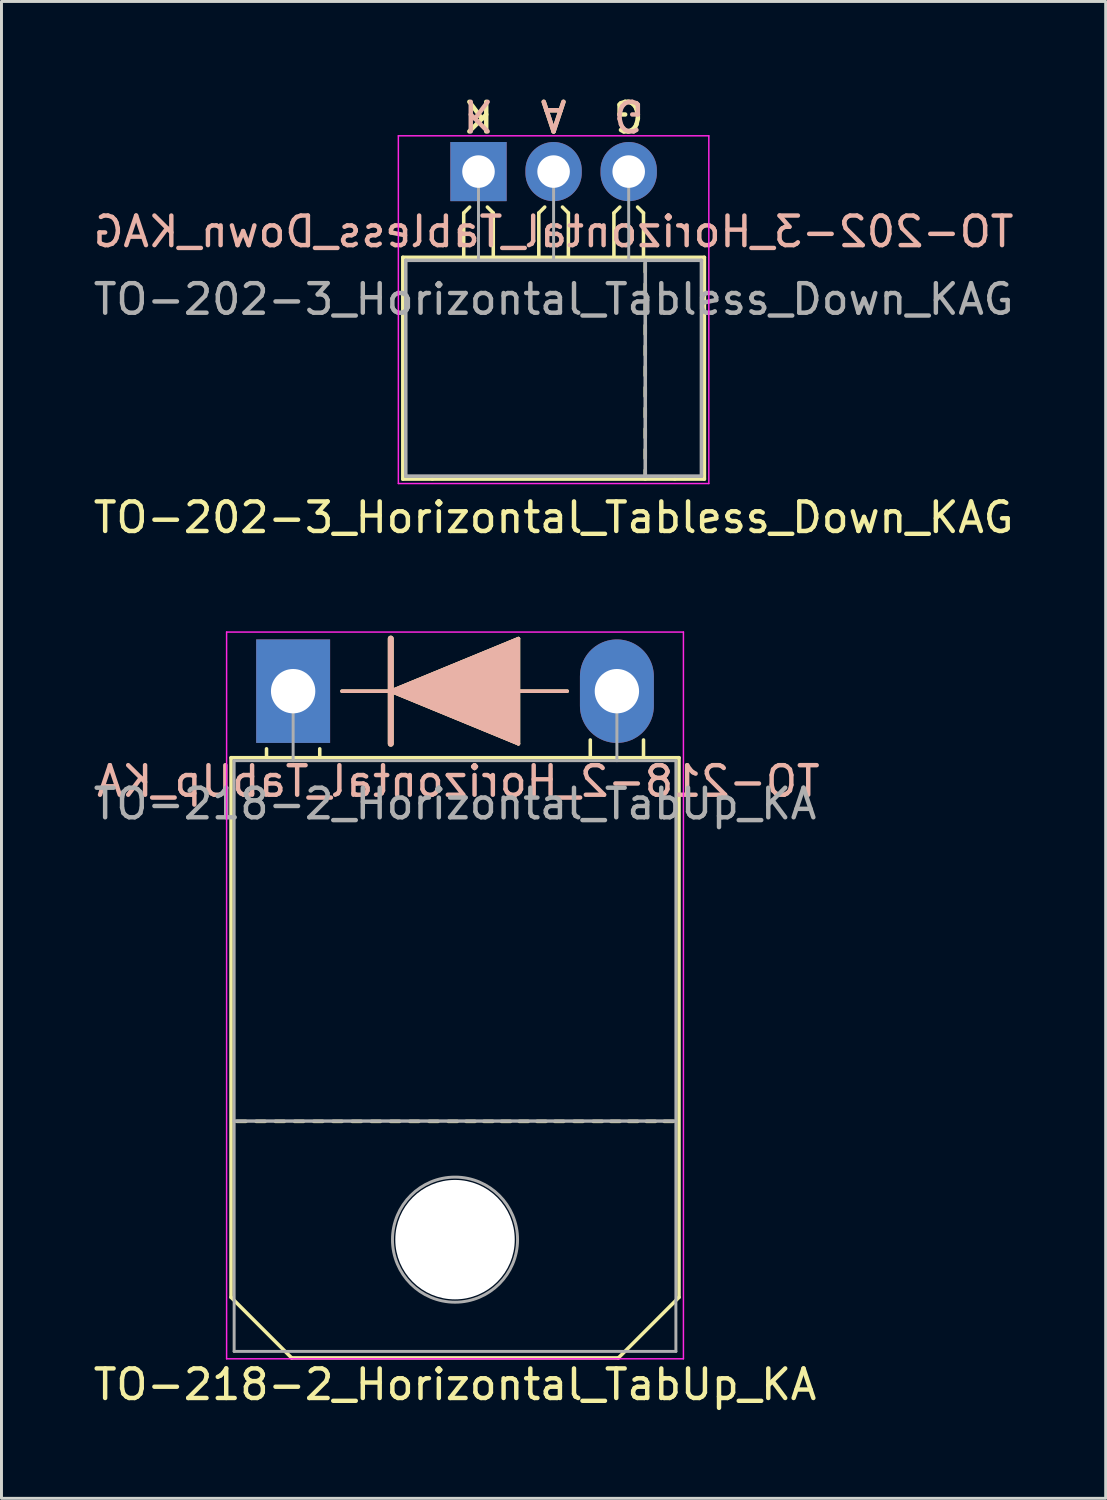
<source format=kicad_pcb>
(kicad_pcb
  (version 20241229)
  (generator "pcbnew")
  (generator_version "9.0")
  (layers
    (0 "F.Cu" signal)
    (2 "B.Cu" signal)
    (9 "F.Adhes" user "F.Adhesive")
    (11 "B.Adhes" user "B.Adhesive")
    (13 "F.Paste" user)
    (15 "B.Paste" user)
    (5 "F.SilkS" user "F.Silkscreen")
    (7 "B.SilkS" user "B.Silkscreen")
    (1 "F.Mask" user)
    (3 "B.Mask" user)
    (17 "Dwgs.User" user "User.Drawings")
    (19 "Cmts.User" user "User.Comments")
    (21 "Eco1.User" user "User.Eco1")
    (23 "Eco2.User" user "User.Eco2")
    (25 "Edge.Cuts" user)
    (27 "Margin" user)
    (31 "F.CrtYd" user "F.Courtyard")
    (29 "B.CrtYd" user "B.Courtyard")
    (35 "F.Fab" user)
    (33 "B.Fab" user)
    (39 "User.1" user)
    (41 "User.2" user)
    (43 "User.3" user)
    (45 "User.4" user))
  (footprint "TO-218-2_Horizontal_TabUp_KA"
    (layer "F.Cu")
    (at 6.864 20.326)
    (property "Reference" "TO-218-2_Horizontal_TabUp_KA" (at 5.475 23.45 0) (layer "F.SilkS") (effects (font (size 1 1) (thickness 0.15))))
    (fp_line (start -2.1 2.25) (end 13.05 2.25) (stroke (width 0.12) (type solid)) (layer "F.SilkS"))
    (fp_line (start -2.1 20.5) (end -2.1 2.25) (stroke (width 0.12) (type solid)) (layer "F.SilkS"))
    (fp_line (start -2.1 20.5) (end -0.05 22.55) (stroke (width 0.12) (type solid)) (layer "F.SilkS"))
    (fp_line (start -1.6 14.55) (end -1.9 14.55) (stroke (width 0.12) (type solid)) (layer "F.SilkS"))
    (fp_line (start -0.95 14.55) (end -1.25 14.55) (stroke (width 0.12) (type solid)) (layer "F.SilkS"))
    (fp_line (start -0.9 2.2) (end -0.9 1.95) (stroke (width 0.12) (type solid)) (layer "F.SilkS"))
    (fp_line (start -0.3 14.55) (end -0.6 14.55) (stroke (width 0.12) (type solid)) (layer "F.SilkS"))
    (fp_line (start 0.35 14.55) (end 0.05 14.55) (stroke (width 0.12) (type solid)) (layer "F.SilkS"))
    (fp_line (start 0.9 2.2) (end 0.9 1.95) (stroke (width 0.12) (type solid)) (layer "F.SilkS"))
    (fp_line (start 1 14.55) (end 0.7 14.55) (stroke (width 0.12) (type solid)) (layer "F.SilkS"))
    (fp_line (start 1.65 14.55) (end 1.35 14.55) (stroke (width 0.12) (type solid)) (layer "F.SilkS"))
    (fp_line (start 1.651 0) (end 3.302 0) (stroke (width 0.12) (type solid)) (layer "F.SilkS"))
    (fp_line (start 2.3 14.55) (end 2 14.55) (stroke (width 0.12) (type solid)) (layer "F.SilkS"))
    (fp_line (start 2.95 14.55) (end 2.65 14.55) (stroke (width 0.12) (type solid)) (layer "F.SilkS"))
    (fp_line (start 3.302 0) (end 3.302 -1.778) (stroke (width 0.2) (type solid)) (layer "F.SilkS"))
    (fp_line (start 3.302 0) (end 7.62 -1.778) (stroke (width 0.12) (type solid)) (layer "F.SilkS"))
    (fp_line (start 3.302 1.778) (end 3.302 0) (stroke (width 0.2) (type solid)) (layer "F.SilkS"))
    (fp_line (start 3.6 14.55) (end 3.3 14.55) (stroke (width 0.12) (type solid)) (layer "F.SilkS"))
    (fp_line (start 4.25 14.55) (end 3.95 14.55) (stroke (width 0.12) (type solid)) (layer "F.SilkS"))
    (fp_line (start 4.9 14.55) (end 4.6 14.55) (stroke (width 0.12) (type solid)) (layer "F.SilkS"))
    (fp_line (start 5.55 14.55) (end 5.25 14.55) (stroke (width 0.12) (type solid)) (layer "F.SilkS"))
    (fp_line (start 6.15 14.55) (end 5.85 14.55) (stroke (width 0.12) (type solid)) (layer "F.SilkS"))
    (fp_line (start 6.75 14.55) (end 6.45 14.55) (stroke (width 0.12) (type solid)) (layer "F.SilkS"))
    (fp_line (start 7.35 14.55) (end 7.05 14.55) (stroke (width 0.12) (type solid)) (layer "F.SilkS"))
    (fp_line (start 7.62 -1.778) (end 7.62 1.778) (stroke (width 0.12) (type solid)) (layer "F.SilkS"))
    (fp_line (start 7.62 0) (end 9.271 0) (stroke (width 0.12) (type solid)) (layer "F.SilkS"))
    (fp_line (start 7.62 1.778) (end 3.302 0) (stroke (width 0.12) (type solid)) (layer "F.SilkS"))
    (fp_line (start 7.95 14.55) (end 7.65 14.55) (stroke (width 0.12) (type solid)) (layer "F.SilkS"))
    (fp_line (start 8.55 14.55) (end 8.25 14.55) (stroke (width 0.12) (type solid)) (layer "F.SilkS"))
    (fp_line (start 9.15 14.55) (end 8.85 14.55) (stroke (width 0.12) (type solid)) (layer "F.SilkS"))
    (fp_line (start 9.8 14.55) (end 9.5 14.55) (stroke (width 0.12) (type solid)) (layer "F.SilkS"))
    (fp_line (start 10.05 2.2) (end 10.05 1.65) (stroke (width 0.12) (type solid)) (layer "F.SilkS"))
    (fp_line (start 10.45 14.55) (end 10.15 14.55) (stroke (width 0.12) (type solid)) (layer "F.SilkS"))
    (fp_line (start 11 22.55) (end -0.05 22.55) (stroke (width 0.12) (type solid)) (layer "F.SilkS"))
    (fp_line (start 11.05 14.55) (end 10.75 14.55) (stroke (width 0.12) (type solid)) (layer "F.SilkS"))
    (fp_line (start 11.65 14.55) (end 11.35 14.55) (stroke (width 0.12) (type solid)) (layer "F.SilkS"))
    (fp_line (start 11.85 2.2) (end 11.85 1.65) (stroke (width 0.12) (type solid)) (layer "F.SilkS"))
    (fp_line (start 12.25 14.55) (end 11.95 14.55) (stroke (width 0.12) (type solid)) (layer "F.SilkS"))
    (fp_line (start 12.85 14.55) (end 12.55 14.55) (stroke (width 0.12) (type solid)) (layer "F.SilkS"))
    (fp_line (start 13.05 2.25) (end 13.05 20.5) (stroke (width 0.12) (type solid)) (layer "F.SilkS"))
    (fp_line (start 13.05 20.5) (end 11 22.55) (stroke (width 0.12) (type solid)) (layer "F.SilkS"))
    (fp_poly (pts (xy 7.62 1.778) (xy 3.302 0) (xy 7.62 -1.778)) (stroke (width 0.1) (type solid)) (fill yes) (layer "F.SilkS"))
    (fp_line (start 1.651 0) (end 3.302 0) (stroke (width 0.12) (type solid)) (layer "B.SilkS"))
    (fp_line (start 3.302 -1.778) (end 3.302 0) (stroke (width 0.2) (type solid)) (layer "B.SilkS"))
    (fp_line (start 3.302 0) (end 3.302 1.778) (stroke (width 0.2) (type solid)) (layer "B.SilkS"))
    (fp_line (start 3.302 0) (end 7.62 1.778) (stroke (width 0.12) (type solid)) (layer "B.SilkS"))
    (fp_line (start 7.62 -1.778) (end 3.302 0) (stroke (width 0.12) (type solid)) (layer "B.SilkS"))
    (fp_line (start 7.62 0) (end 9.271 0) (stroke (width 0.12) (type solid)) (layer "B.SilkS"))
    (fp_line (start 7.62 1.778) (end 7.62 -1.778) (stroke (width 0.12) (type solid)) (layer "B.SilkS"))
    (fp_poly (pts (xy 7.62 -1.778) (xy 3.302 0) (xy 7.62 1.778)) (stroke (width 0.1) (type solid)) (fill yes) (layer "B.SilkS"))
    (fp_line (start -2.25 -2) (end -2.25 22.58) (stroke (width 0.05) (type solid)) (layer "F.CrtYd"))
    (fp_line (start -2.25 22.58) (end 13.2 22.58) (stroke (width 0.05) (type solid)) (layer "F.CrtYd"))
    (fp_line (start 13.2 -2) (end -2.25 -2) (stroke (width 0.05) (type solid)) (layer "F.CrtYd"))
    (fp_line (start 13.2 22.58) (end 13.2 -2) (stroke (width 0.05) (type solid)) (layer "F.CrtYd"))
    (fp_line (start -1.995 2.35) (end -1.995 14.54) (stroke (width 0.1) (type solid)) (layer "F.Fab"))
    (fp_line (start -1.995 14.54) (end -1.995 22.33) (stroke (width 0.1) (type solid)) (layer "F.Fab"))
    (fp_line (start -1.995 14.54) (end 12.945 14.54) (stroke (width 0.1) (type solid)) (layer "F.Fab"))
    (fp_line (start -1.995 22.33) (end 12.945 22.33) (stroke (width 0.1) (type solid)) (layer "F.Fab"))
    (fp_line (start 0 2.35) (end 0 0) (stroke (width 0.1) (type solid)) (layer "F.Fab"))
    (fp_line (start 10.95 2.35) (end 10.95 0) (stroke (width 0.1) (type solid)) (layer "F.Fab"))
    (fp_line (start 12.945 2.35) (end -1.995 2.35) (stroke (width 0.1) (type solid)) (layer "F.Fab"))
    (fp_line (start 12.945 14.54) (end -1.995 14.54) (stroke (width 0.1) (type solid)) (layer "F.Fab"))
    (fp_line (start 12.945 14.54) (end 12.945 2.35) (stroke (width 0.1) (type solid)) (layer "F.Fab"))
    (fp_line (start 12.945 22.33) (end 12.945 14.54) (stroke (width 0.1) (type solid)) (layer "F.Fab"))
    (fp_circle (center 5.475 18.55) (end 7.59 18.55) (stroke (width 0.1) (type solid)) (fill no) (layer "F.Fab"))
    (fp_text user "${REFERENCE}" (at 5.588 3.048 0) (layer "B.SilkS") (effects (font (size 1 1) (thickness 0.15)) (justify mirror)))
    (fp_text user "${REFERENCE}" (at 5.475 3.81 0) (layer "F.Fab") (effects (font (size 1 1) (thickness 0.15))))
    (pad "" np_thru_hole oval (at 5.475 18.55) (size 4.04 4.04) (drill 4.04) (layers "*.Cu" "*.Mask"))
    (pad "1" thru_hole rect (at 0 0) (size 2.5 3.5) (drill 1.5) (layers "*.Cu" "*.Mask"))
    (pad "2" thru_hole oval (at 10.95 0) (size 2.5 3.5) (drill 1.5) (layers "*.Cu" "*.Mask")))
  (footprint "TO-202-3_Horizontal_Tabless_Down_KAG"
    (layer "F.Cu")
    (at 13.133 2.753)
    (property "Reference" "TO-202-3_Horizontal_Tabless_Down_KAG" (at 2.54 11.7 180) (layer "F.SilkS") (effects (font (size 1 1) (thickness 0.15))))
    (fp_line (start -2.56 2.9) (end 7.64 2.9) (stroke (width 0.12) (type solid)) (layer "F.SilkS"))
    (fp_line (start -2.56 10.4) (end -2.56 2.9) (stroke (width 0.12) (type solid)) (layer "F.SilkS"))
    (fp_line (start -1.56 10.4) (end -2.56 10.4) (stroke (width 0.12) (type solid)) (layer "F.SilkS"))
    (fp_line (start -0.5 1.4) (end -0.3 1.2) (stroke (width 0.12) (type solid)) (layer "F.SilkS"))
    (fp_line (start -0.5 2.9) (end -0.5 1.4) (stroke (width 0.12) (type solid)) (layer "F.SilkS"))
    (fp_line (start 0.5 1.4) (end 0.3 1.2) (stroke (width 0.12) (type solid)) (layer "F.SilkS"))
    (fp_line (start 0.5 2.9) (end 0.5 1.4) (stroke (width 0.12) (type solid)) (layer "F.SilkS"))
    (fp_line (start 2.04 1.4) (end 2.24 1.2) (stroke (width 0.12) (type solid)) (layer "F.SilkS"))
    (fp_line (start 2.04 2.9) (end 2.04 1.4) (stroke (width 0.12) (type solid)) (layer "F.SilkS"))
    (fp_line (start 3.04 1.4) (end 2.84 1.2) (stroke (width 0.12) (type solid)) (layer "F.SilkS"))
    (fp_line (start 3.04 2.9) (end 3.04 1.4) (stroke (width 0.12) (type solid)) (layer "F.SilkS"))
    (fp_line (start 4.58 1.4) (end 4.78 1.2) (stroke (width 0.12) (type solid)) (layer "F.SilkS"))
    (fp_line (start 4.58 2.9) (end 4.58 1.4) (stroke (width 0.12) (type solid)) (layer "F.SilkS"))
    (fp_line (start 5.58 1.4) (end 5.38 1.2) (stroke (width 0.12) (type solid)) (layer "F.SilkS"))
    (fp_line (start 5.58 2.9) (end 5.58 1.4) (stroke (width 0.12) (type solid)) (layer "F.SilkS"))
    (fp_line (start 5.64 3.4) (end 5.64 3.1) (stroke (width 0.12) (type solid)) (layer "F.SilkS"))
    (fp_line (start 5.64 4.1) (end 5.64 3.8) (stroke (width 0.12) (type solid)) (layer "F.SilkS"))
    (fp_line (start 5.64 4.8) (end 5.64 4.5) (stroke (width 0.12) (type solid)) (layer "F.SilkS"))
    (fp_line (start 5.64 5.5) (end 5.64 5.2) (stroke (width 0.12) (type solid)) (layer "F.SilkS"))
    (fp_line (start 5.64 6.2) (end 5.64 5.9) (stroke (width 0.12) (type solid)) (layer "F.SilkS"))
    (fp_line (start 5.64 6.9) (end 5.64 6.6) (stroke (width 0.12) (type solid)) (layer "F.SilkS"))
    (fp_line (start 5.64 7.6) (end 5.64 7.3) (stroke (width 0.12) (type solid)) (layer "F.SilkS"))
    (fp_line (start 5.64 8.3) (end 5.64 8) (stroke (width 0.12) (type solid)) (layer "F.SilkS"))
    (fp_line (start 5.64 9) (end 5.64 8.7) (stroke (width 0.12) (type solid)) (layer "F.SilkS"))
    (fp_line (start 5.64 9.7) (end 5.64 9.4) (stroke (width 0.12) (type solid)) (layer "F.SilkS"))
    (fp_line (start 5.64 10.4) (end 5.64 10.1) (stroke (width 0.12) (type solid)) (layer "F.SilkS"))
    (fp_line (start 6.64 10.4) (end -1.56 10.4) (stroke (width 0.12) (type solid)) (layer "F.SilkS"))
    (fp_line (start 7.64 2.9) (end 7.64 10.4) (stroke (width 0.12) (type solid)) (layer "F.SilkS"))
    (fp_line (start 7.64 10.4) (end 6.64 10.4) (stroke (width 0.12) (type solid)) (layer "F.SilkS"))
    (fp_line (start -2.71 -1.21) (end -2.71 10.55) (stroke (width 0.05) (type solid)) (layer "F.CrtYd"))
    (fp_line (start -2.71 10.55) (end 7.79 10.55) (stroke (width 0.05) (type solid)) (layer "F.CrtYd"))
    (fp_line (start 7.79 -1.21) (end -2.71 -1.21) (stroke (width 0.05) (type solid)) (layer "F.CrtYd"))
    (fp_line (start 7.79 10.55) (end 7.79 -1.21) (stroke (width 0.05) (type solid)) (layer "F.CrtYd"))
    (fp_line (start -2.46 3) (end -2.46 10.3) (stroke (width 0.12) (type solid)) (layer "F.Fab"))
    (fp_line (start -2.46 10.3) (end 7.54 10.3) (stroke (width 0.12) (type solid)) (layer "F.Fab"))
    (fp_line (start 0 0) (end 0 3) (stroke (width 0.1) (type solid)) (layer "F.Fab"))
    (fp_line (start 2.54 0) (end 2.54 3) (stroke (width 0.1) (type solid)) (layer "F.Fab"))
    (fp_line (start 5.08 0) (end 5.08 3) (stroke (width 0.1) (type solid)) (layer "F.Fab"))
    (fp_line (start 5.64 3) (end 5.64 10.3) (stroke (width 0.12) (type solid)) (layer "F.Fab"))
    (fp_line (start 7.54 3) (end -2.46 3) (stroke (width 0.12) (type solid)) (layer "F.Fab"))
    (fp_line (start 7.54 10.3) (end 7.54 3) (stroke (width 0.12) (type solid)) (layer "F.Fab"))
    (fp_text user "K" (at 0 -1.905 180) (unlocked yes) (layer "F.SilkS") (effects (font (size 1 1) (thickness 0.15))))
    (fp_text user "G" (at 5.08 -1.905 180) (unlocked yes) (layer "F.SilkS") (effects (font (size 1 1) (thickness 0.15))))
    (fp_text user "A" (at 2.54 -1.905 180) (unlocked yes) (layer "F.SilkS") (effects (font (size 1 1) (thickness 0.15))))
    (fp_text user "${REFERENCE}" (at 2.54 2.032 0) (layer "B.SilkS") (effects (font (size 1 1) (thickness 0.15)) (justify mirror)))
    (fp_text user "A" (at 2.54 -1.905 180) (unlocked yes) (layer "B.SilkS") (effects (font (size 1 1) (thickness 0.15)) (justify mirror)))
    (fp_text user "K" (at 0 -1.905 180) (unlocked yes) (layer "B.SilkS") (effects (font (size 1 1) (thickness 0.15)) (justify mirror)))
    (fp_text user "G" (at 5.08 -1.905 180) (unlocked yes) (layer "B.SilkS") (effects (font (size 1 1) (thickness 0.15)) (justify mirror)))
    (fp_text user "${REFERENCE}" (at 2.54 4.318 180) (layer "F.Fab") (effects (font (size 1 1) (thickness 0.15))))
    (pad "1" thru_hole rect (at 0 0) (size 1.905 2) (drill 1.1) (layers "*.Cu" "*.Mask"))
    (pad "2" thru_hole oval (at 2.54 0) (size 1.905 2) (drill 1.1) (layers "*.Cu" "*.Mask"))
    (pad "3" thru_hole oval (at 5.08 0) (size 1.905 2) (drill 1.1) (layers "*.Cu" "*.Mask")))
  (gr_rect
    (start -3 -3)
    (end 34.345 47.625)
    (stroke (width 0.1) (type default))
    (fill no)
    (layer "Edge.Cuts")))
</source>
